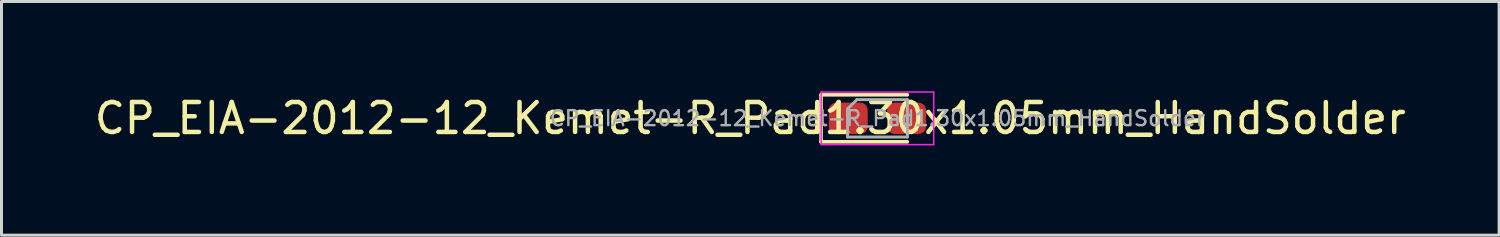
<source format=kicad_pcb>
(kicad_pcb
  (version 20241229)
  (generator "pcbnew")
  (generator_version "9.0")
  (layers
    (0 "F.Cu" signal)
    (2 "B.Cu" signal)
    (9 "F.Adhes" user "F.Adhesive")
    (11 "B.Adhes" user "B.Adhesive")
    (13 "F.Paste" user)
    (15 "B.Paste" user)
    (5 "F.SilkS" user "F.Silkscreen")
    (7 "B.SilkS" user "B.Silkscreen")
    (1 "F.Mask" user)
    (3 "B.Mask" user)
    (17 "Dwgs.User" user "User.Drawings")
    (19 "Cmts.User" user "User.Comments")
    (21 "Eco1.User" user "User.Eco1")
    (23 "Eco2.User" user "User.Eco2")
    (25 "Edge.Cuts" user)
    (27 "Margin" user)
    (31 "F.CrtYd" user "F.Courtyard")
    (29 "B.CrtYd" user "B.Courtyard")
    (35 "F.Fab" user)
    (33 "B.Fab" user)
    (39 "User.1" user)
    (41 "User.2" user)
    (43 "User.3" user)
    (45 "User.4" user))
  (footprint "CP_EIA-2012-12_Kemet-R_Pad1.30x1.05mm_HandSolder"
    (layer "F.Cu")
    (at 26.28 0.905)
    (property "Reference" "CP_EIA-2012-12_Kemet-R_Pad1.30x1.05mm_HandSolder" (at -4.25 0 0) (layer "F.SilkS") (effects (font (size 1 1) (thickness 0.15))))
    (attr smd)
    (fp_line (start -1.885 -0.785) (end -1.885 0.785) (stroke (width 0.12) (type solid)) (layer "F.SilkS"))
    (fp_line (start -1.885 0.785) (end 1 0.785) (stroke (width 0.12) (type solid)) (layer "F.SilkS"))
    (fp_line (start 1 -0.785) (end -1.885 -0.785) (stroke (width 0.12) (type solid)) (layer "F.SilkS"))
    (fp_line (start -1.88 -0.88) (end 1.88 -0.88) (stroke (width 0.05) (type solid)) (layer "F.CrtYd"))
    (fp_line (start -1.88 0.88) (end -1.88 -0.88) (stroke (width 0.05) (type solid)) (layer "F.CrtYd"))
    (fp_line (start 1.88 -0.88) (end 1.88 0.88) (stroke (width 0.05) (type solid)) (layer "F.CrtYd"))
    (fp_line (start 1.88 0.88) (end -1.88 0.88) (stroke (width 0.05) (type solid)) (layer "F.CrtYd"))
    (fp_line (start -1 -0.312) (end -1 0.625) (stroke (width 0.1) (type solid)) (layer "F.Fab"))
    (fp_line (start -1 0.625) (end 1 0.625) (stroke (width 0.1) (type solid)) (layer "F.Fab"))
    (fp_line (start -0.688 -0.625) (end -1 -0.312) (stroke (width 0.1) (type solid)) (layer "F.Fab"))
    (fp_line (start 1 -0.625) (end -0.688 -0.625) (stroke (width 0.1) (type solid)) (layer "F.Fab"))
    (fp_line (start 1 0.625) (end 1 -0.625) (stroke (width 0.1) (type solid)) (layer "F.Fab"))
    (fp_text user "${REFERENCE}" (at 0 0 0) (layer "F.Fab") (effects (font (size 0.5 0.5) (thickness 0.08))))
    (pad "1" smd roundrect (at -0.975 0) (size 1.3 1.05) (layers "F.Cu" "F.Mask" "F.Paste") (roundrect_rratio 0.238))
    (pad "2" smd roundrect (at 0.975 0) (size 1.3 1.05) (layers "F.Cu" "F.Mask" "F.Paste") (roundrect_rratio 0.238)))
  (gr_rect
    (start -3 -3)
    (end 47.06 4.81)
    (stroke (width 0.1) (type default))
    (fill no)
    (layer "Edge.Cuts")))
</source>
